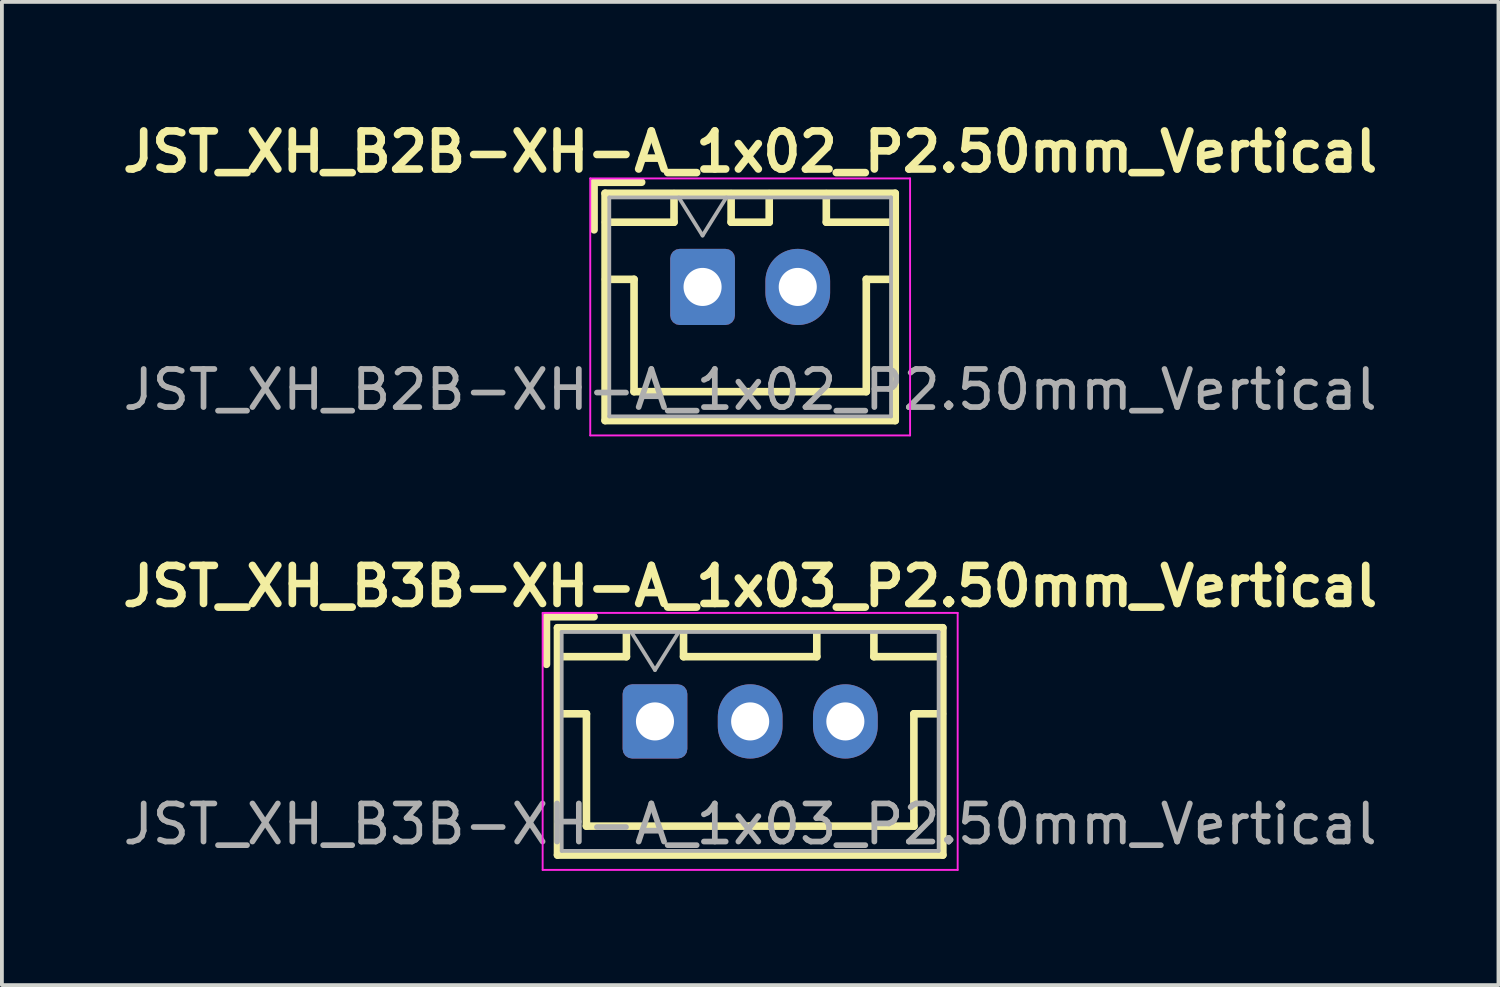
<source format=kicad_pcb>
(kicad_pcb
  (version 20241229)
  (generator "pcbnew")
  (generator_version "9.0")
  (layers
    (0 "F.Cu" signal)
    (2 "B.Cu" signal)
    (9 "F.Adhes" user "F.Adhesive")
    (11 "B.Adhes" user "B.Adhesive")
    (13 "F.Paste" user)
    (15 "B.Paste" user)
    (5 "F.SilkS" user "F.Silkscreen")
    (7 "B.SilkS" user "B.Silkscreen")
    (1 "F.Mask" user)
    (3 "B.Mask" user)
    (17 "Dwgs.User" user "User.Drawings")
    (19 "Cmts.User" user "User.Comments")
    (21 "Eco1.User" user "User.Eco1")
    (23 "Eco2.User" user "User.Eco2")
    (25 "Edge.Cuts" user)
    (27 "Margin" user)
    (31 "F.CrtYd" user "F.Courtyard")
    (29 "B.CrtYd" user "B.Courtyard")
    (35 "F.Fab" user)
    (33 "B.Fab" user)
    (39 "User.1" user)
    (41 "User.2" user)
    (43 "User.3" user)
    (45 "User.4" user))
  (footprint "JST_XH_B2B-XH-A_1x02_P2.50mm_Vertical"
    (layer "F.Cu")
    (at 15.402 4.486)
    (property "Reference" "JST_XH_B2B-XH-A_1x02_P2.50mm_Vertical" (at 1.25 -3.55 0) (layer "F.SilkS") (effects (font (size 1 1) (thickness 0.2))))
    (attr through_hole)
    (fp_line (start -2.85 -2.75) (end -2.85 -1.5) (stroke (width 0.2) (type solid)) (layer "F.SilkS"))
    (fp_line (start -2.56 -2.46) (end -2.56 3.51) (stroke (width 0.2) (type solid)) (layer "F.SilkS"))
    (fp_line (start -2.56 3.51) (end 5.06 3.51) (stroke (width 0.2) (type solid)) (layer "F.SilkS"))
    (fp_line (start -2.55 -2.45) (end -2.55 -1.7) (stroke (width 0.12) (type solid)) (layer "F.SilkS"))
    (fp_line (start -2.55 -1.7) (end -0.75 -1.7) (stroke (width 0.2) (type solid)) (layer "F.SilkS"))
    (fp_line (start -2.55 -0.2) (end -1.8 -0.2) (stroke (width 0.2) (type solid)) (layer "F.SilkS"))
    (fp_line (start -1.8 -0.2) (end -1.8 2.75) (stroke (width 0.2) (type solid)) (layer "F.SilkS"))
    (fp_line (start -1.8 2.75) (end 1.25 2.75) (stroke (width 0.2) (type solid)) (layer "F.SilkS"))
    (fp_line (start -1.6 -2.75) (end -2.85 -2.75) (stroke (width 0.2) (type solid)) (layer "F.SilkS"))
    (fp_line (start -0.75 -2.45) (end -2.55 -2.45) (stroke (width 0.12) (type solid)) (layer "F.SilkS"))
    (fp_line (start -0.75 -1.7) (end -0.75 -2.45) (stroke (width 0.2) (type solid)) (layer "F.SilkS"))
    (fp_line (start 0.75 -2.45) (end 0.75 -1.7) (stroke (width 0.2) (type solid)) (layer "F.SilkS"))
    (fp_line (start 0.75 -1.7) (end 1.75 -1.7) (stroke (width 0.2) (type solid)) (layer "F.SilkS"))
    (fp_line (start 1.75 -2.45) (end 0.75 -2.45) (stroke (width 0.12) (type solid)) (layer "F.SilkS"))
    (fp_line (start 1.75 -1.7) (end 1.75 -2.45) (stroke (width 0.2) (type solid)) (layer "F.SilkS"))
    (fp_line (start 3.25 -2.45) (end 3.25 -1.7) (stroke (width 0.2) (type solid)) (layer "F.SilkS"))
    (fp_line (start 3.25 -1.7) (end 5.05 -1.7) (stroke (width 0.2) (type solid)) (layer "F.SilkS"))
    (fp_line (start 4.3 -0.2) (end 4.3 2.75) (stroke (width 0.2) (type solid)) (layer "F.SilkS"))
    (fp_line (start 4.3 2.75) (end 1.25 2.75) (stroke (width 0.2) (type solid)) (layer "F.SilkS"))
    (fp_line (start 5.05 -2.45) (end 3.25 -2.45) (stroke (width 0.12) (type solid)) (layer "F.SilkS"))
    (fp_line (start 5.05 -1.7) (end 5.05 -2.45) (stroke (width 0.12) (type solid)) (layer "F.SilkS"))
    (fp_line (start 5.05 -0.2) (end 4.3 -0.2) (stroke (width 0.2) (type solid)) (layer "F.SilkS"))
    (fp_line (start 5.06 -2.46) (end -2.56 -2.46) (stroke (width 0.2) (type solid)) (layer "F.SilkS"))
    (fp_line (start 5.06 3.51) (end 5.06 -2.46) (stroke (width 0.2) (type solid)) (layer "F.SilkS"))
    (fp_line (start -2.95 -2.85) (end -2.95 3.9) (stroke (width 0.05) (type solid)) (layer "F.CrtYd"))
    (fp_line (start -2.95 3.9) (end 5.45 3.9) (stroke (width 0.05) (type solid)) (layer "F.CrtYd"))
    (fp_line (start 5.45 -2.85) (end -2.95 -2.85) (stroke (width 0.05) (type solid)) (layer "F.CrtYd"))
    (fp_line (start 5.45 3.9) (end 5.45 -2.85) (stroke (width 0.05) (type solid)) (layer "F.CrtYd"))
    (fp_line (start -2.45 -2.35) (end -2.45 3.4) (stroke (width 0.1) (type solid)) (layer "F.Fab"))
    (fp_line (start -2.45 3.4) (end 4.95 3.4) (stroke (width 0.1) (type solid)) (layer "F.Fab"))
    (fp_line (start -0.625 -2.35) (end 0 -1.35) (stroke (width 0.1) (type solid)) (layer "F.Fab"))
    (fp_line (start 0 -1.35) (end 0.625 -2.35) (stroke (width 0.1) (type solid)) (layer "F.Fab"))
    (fp_line (start 4.95 -2.35) (end -2.45 -2.35) (stroke (width 0.1) (type solid)) (layer "F.Fab"))
    (fp_line (start 4.95 3.4) (end 4.95 -2.35) (stroke (width 0.1) (type solid)) (layer "F.Fab"))
    (fp_text user "${REFERENCE}" (at 1.25 2.7 0) (layer "F.Fab") (effects (font (size 1 1) (thickness 0.15))))
    (pad "1" thru_hole roundrect (at 0 0) (size 1.7 2) (drill 1) (layers "*.Cu" "*.Mask") (roundrect_rratio 0.147))
    (pad "2" thru_hole oval (at 2.5 0) (size 1.7 2) (drill 1) (layers "*.Cu" "*.Mask")))
  (footprint "JST_XH_B3B-XH-A_1x03_P2.50mm_Vertical"
    (layer "F.Cu")
    (at 14.152 15.897)
    (property "Reference" "JST_XH_B3B-XH-A_1x03_P2.50mm_Vertical" (at 2.5 -3.55 0) (layer "F.SilkS") (effects (font (size 1 1) (thickness 0.2))))
    (attr through_hole)
    (fp_line (start -2.85 -2.75) (end -2.85 -1.5) (stroke (width 0.2) (type solid)) (layer "F.SilkS"))
    (fp_line (start -2.56 -2.46) (end -2.56 3.51) (stroke (width 0.2) (type solid)) (layer "F.SilkS"))
    (fp_line (start -2.56 3.51) (end 7.56 3.51) (stroke (width 0.2) (type solid)) (layer "F.SilkS"))
    (fp_line (start -2.55 -2.45) (end -2.55 -1.7) (stroke (width 0.12) (type solid)) (layer "F.SilkS"))
    (fp_line (start -2.55 -1.7) (end -0.75 -1.7) (stroke (width 0.2) (type solid)) (layer "F.SilkS"))
    (fp_line (start -2.55 -0.2) (end -1.8 -0.2) (stroke (width 0.2) (type solid)) (layer "F.SilkS"))
    (fp_line (start -1.8 -0.2) (end -1.8 2.75) (stroke (width 0.2) (type solid)) (layer "F.SilkS"))
    (fp_line (start -1.8 2.75) (end 2.5 2.75) (stroke (width 0.2) (type solid)) (layer "F.SilkS"))
    (fp_line (start -1.6 -2.75) (end -2.85 -2.75) (stroke (width 0.2) (type solid)) (layer "F.SilkS"))
    (fp_line (start -0.75 -2.45) (end -2.55 -2.45) (stroke (width 0.12) (type solid)) (layer "F.SilkS"))
    (fp_line (start -0.75 -1.7) (end -0.75 -2.45) (stroke (width 0.2) (type solid)) (layer "F.SilkS"))
    (fp_line (start 0.75 -2.45) (end 0.75 -1.7) (stroke (width 0.2) (type solid)) (layer "F.SilkS"))
    (fp_line (start 0.75 -1.7) (end 4.25 -1.7) (stroke (width 0.2) (type solid)) (layer "F.SilkS"))
    (fp_line (start 4.25 -2.45) (end 0.75 -2.45) (stroke (width 0.12) (type solid)) (layer "F.SilkS"))
    (fp_line (start 4.25 -1.7) (end 4.25 -2.45) (stroke (width 0.2) (type solid)) (layer "F.SilkS"))
    (fp_line (start 5.75 -2.45) (end 5.75 -1.7) (stroke (width 0.2) (type solid)) (layer "F.SilkS"))
    (fp_line (start 5.75 -1.7) (end 7.55 -1.7) (stroke (width 0.2) (type solid)) (layer "F.SilkS"))
    (fp_line (start 6.8 -0.2) (end 6.8 2.75) (stroke (width 0.2) (type solid)) (layer "F.SilkS"))
    (fp_line (start 6.8 2.75) (end 2.5 2.75) (stroke (width 0.2) (type solid)) (layer "F.SilkS"))
    (fp_line (start 7.55 -2.45) (end 5.75 -2.45) (stroke (width 0.12) (type solid)) (layer "F.SilkS"))
    (fp_line (start 7.55 -1.7) (end 7.55 -2.45) (stroke (width 0.12) (type solid)) (layer "F.SilkS"))
    (fp_line (start 7.55 -0.2) (end 6.8 -0.2) (stroke (width 0.2) (type solid)) (layer "F.SilkS"))
    (fp_line (start 7.56 -2.46) (end -2.56 -2.46) (stroke (width 0.2) (type solid)) (layer "F.SilkS"))
    (fp_line (start 7.56 3.51) (end 7.56 -2.46) (stroke (width 0.2) (type solid)) (layer "F.SilkS"))
    (fp_line (start -2.95 -2.85) (end -2.95 3.9) (stroke (width 0.05) (type solid)) (layer "F.CrtYd"))
    (fp_line (start -2.95 3.9) (end 7.95 3.9) (stroke (width 0.05) (type solid)) (layer "F.CrtYd"))
    (fp_line (start 7.95 -2.85) (end -2.95 -2.85) (stroke (width 0.05) (type solid)) (layer "F.CrtYd"))
    (fp_line (start 7.95 3.9) (end 7.95 -2.85) (stroke (width 0.05) (type solid)) (layer "F.CrtYd"))
    (fp_line (start -2.45 -2.35) (end -2.45 3.4) (stroke (width 0.1) (type solid)) (layer "F.Fab"))
    (fp_line (start -2.45 3.4) (end 7.45 3.4) (stroke (width 0.1) (type solid)) (layer "F.Fab"))
    (fp_line (start -0.625 -2.35) (end 0 -1.35) (stroke (width 0.1) (type solid)) (layer "F.Fab"))
    (fp_line (start 0 -1.35) (end 0.625 -2.35) (stroke (width 0.1) (type solid)) (layer "F.Fab"))
    (fp_line (start 7.45 -2.35) (end -2.45 -2.35) (stroke (width 0.1) (type solid)) (layer "F.Fab"))
    (fp_line (start 7.45 3.4) (end 7.45 -2.35) (stroke (width 0.1) (type solid)) (layer "F.Fab"))
    (fp_text user "${REFERENCE}" (at 2.5 2.7 0) (layer "F.Fab") (effects (font (size 1 1) (thickness 0.15))))
    (pad "1" thru_hole roundrect (at 0 0) (size 1.7 1.95) (drill 1) (layers "*.Cu" "*.Mask") (roundrect_rratio 0.147))
    (pad "2" thru_hole oval (at 2.5 0) (size 1.7 1.95) (drill 1) (layers "*.Cu" "*.Mask"))
    (pad "3" thru_hole oval (at 5 0) (size 1.7 1.95) (drill 1) (layers "*.Cu" "*.Mask")))
  (gr_rect
    (start -3 -3)
    (end 36.305 22.822)
    (stroke (width 0.1) (type default))
    (fill no)
    (layer "Edge.Cuts")))
</source>
